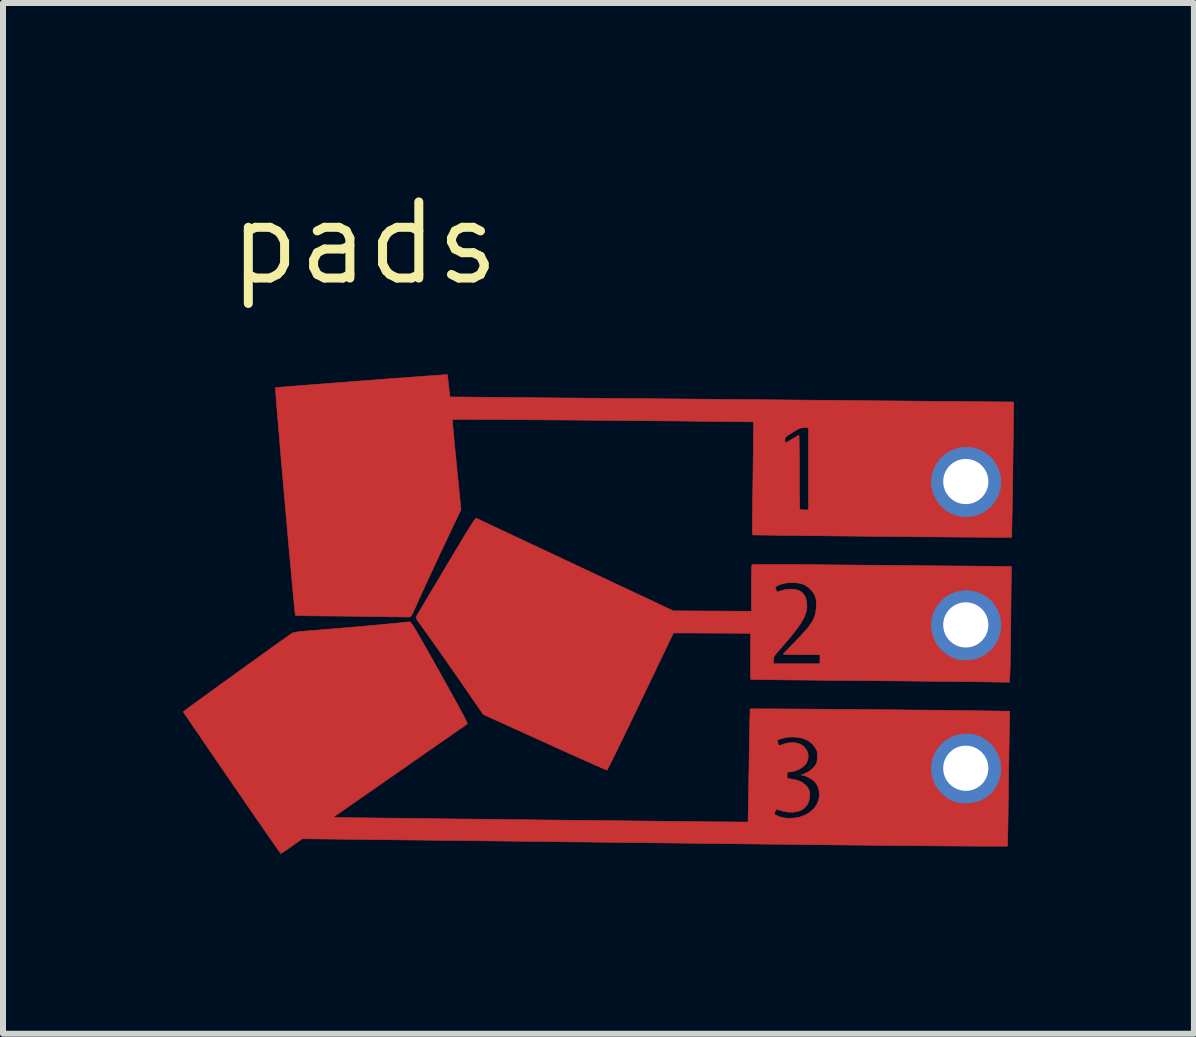
<source format=kicad_pcb>
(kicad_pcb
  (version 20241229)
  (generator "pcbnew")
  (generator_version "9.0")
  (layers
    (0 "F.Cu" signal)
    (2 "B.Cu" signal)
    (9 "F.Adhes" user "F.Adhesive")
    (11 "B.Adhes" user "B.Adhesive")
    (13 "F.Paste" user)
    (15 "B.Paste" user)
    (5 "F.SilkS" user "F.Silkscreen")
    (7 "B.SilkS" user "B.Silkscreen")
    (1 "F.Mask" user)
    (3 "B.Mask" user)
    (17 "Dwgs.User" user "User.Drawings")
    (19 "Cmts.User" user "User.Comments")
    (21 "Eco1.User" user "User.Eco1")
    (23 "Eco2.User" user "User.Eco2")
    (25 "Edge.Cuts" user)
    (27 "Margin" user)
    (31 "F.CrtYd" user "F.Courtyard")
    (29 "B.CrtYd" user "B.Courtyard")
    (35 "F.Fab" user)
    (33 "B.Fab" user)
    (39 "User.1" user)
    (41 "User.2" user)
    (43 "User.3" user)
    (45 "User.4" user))
  (footprint "pads"
    (layer "F.Cu")
    (at 3.025 1.006)
    (property "Reference" "pads" (at 0 0 0) (layer "F.SilkS") (effects (font (size 1.27 1.27) (thickness 0.15))))
    (attr through_hole)
    (fp_poly (pts (xy 1.88 4.591) (xy 1.915 4.607) (xy 1.971 4.634) (xy 2.045 4.669) (xy 2.138 4.712) (xy 2.247 4.764) (xy 2.371 4.822) (xy 2.509 4.887) (xy 2.659 4.957) (xy 2.821 5.033) (xy 2.992 5.114) (xy 3.172 5.198) (xy 3.359 5.286) (xy 3.518 5.361) (xy 5.15 6.128) (xy 5.801 6.131) (xy 6.452 6.135) (xy 6.452 5.757) (xy 6.452 5.661) (xy 6.453 5.573) (xy 6.454 5.496) (xy 6.456 5.434) (xy 6.458 5.389) (xy 6.461 5.366) (xy 6.461 5.364) (xy 6.463 5.362) (xy 6.466 5.361) (xy 6.471 5.359) (xy 6.479 5.358) (xy 6.491 5.357) (xy 6.508 5.356) (xy 6.532 5.356) (xy 6.562 5.355) (xy 6.599 5.355) (xy 6.646 5.354) (xy 6.701 5.354) (xy 6.768 5.354) (xy 6.845 5.354) (xy 6.935 5.355) (xy 7.038 5.355) (xy 7.155 5.356) (xy 7.287 5.357) (xy 7.435 5.358) (xy 7.6 5.359) (xy 7.782 5.361) (xy 7.983 5.363) (xy 8.203 5.365) (xy 8.444 5.367) (xy 8.706 5.369) (xy 8.99 5.372) (xy 9.297 5.375) (xy 9.628 5.378) (xy 9.816 5.379) (xy 10.786 5.388) (xy 10.777 6.234) (xy 10.776 6.382) (xy 10.774 6.526) (xy 10.772 6.662) (xy 10.77 6.789) (xy 10.769 6.903) (xy 10.767 7.003) (xy 10.765 7.086) (xy 10.763 7.15) (xy 10.762 7.191) (xy 10.761 7.199) (xy 10.754 7.318) (xy 10.206 7.31) (xy 10.122 7.309) (xy 10.014 7.308) (xy 9.886 7.306) (xy 9.739 7.305) (xy 9.576 7.303) (xy 9.399 7.301) (xy 9.211 7.299) (xy 9.012 7.297) (xy 8.807 7.295) (xy 8.597 7.293) (xy 8.384 7.291) (xy 8.171 7.289) (xy 8.052 7.288) (xy 7.852 7.287) (xy 7.659 7.285) (xy 7.475 7.283) (xy 7.301 7.281) (xy 7.139 7.28) (xy 6.989 7.278) (xy 6.855 7.277) (xy 6.737 7.275) (xy 6.636 7.274) (xy 6.555 7.273) (xy 6.494 7.272) (xy 6.456 7.271) (xy 6.441 7.271) (xy 6.441 7.271) (xy 6.44 7.257) (xy 6.439 7.222) (xy 6.439 7.167) (xy 6.438 7.097) (xy 6.438 7.013) (xy 6.438 6.95) (xy 6.82 6.95) (xy 6.82 7.01) (xy 7.595 7.01) (xy 7.595 6.858) (xy 7.29 6.858) (xy 7.205 6.858) (xy 7.129 6.857) (xy 7.066 6.855) (xy 7.019 6.854) (xy 6.991 6.851) (xy 6.985 6.85) (xy 6.993 6.839) (xy 7.017 6.812) (xy 7.054 6.773) (xy 7.101 6.724) (xy 7.155 6.667) (xy 7.185 6.637) (xy 7.269 6.55) (xy 7.336 6.477) (xy 7.389 6.416) (xy 7.43 6.362) (xy 7.462 6.314) (xy 7.486 6.268) (xy 7.506 6.221) (xy 7.507 6.217) (xy 7.524 6.15) (xy 7.534 6.075) (xy 7.535 5.998) (xy 7.528 5.929) (xy 7.513 5.876) (xy 7.475 5.812) (xy 7.419 5.752) (xy 7.355 5.704) (xy 7.324 5.688) (xy 7.259 5.668) (xy 7.179 5.658) (xy 7.092 5.658) (xy 7.008 5.667) (xy 6.935 5.687) (xy 6.931 5.688) (xy 6.892 5.705) (xy 6.863 5.72) (xy 6.852 5.728) (xy 6.852 5.746) (xy 6.863 5.78) (xy 6.877 5.813) (xy 6.889 5.811) (xy 6.918 5.802) (xy 6.951 5.791) (xy 7.027 5.772) (xy 7.108 5.766) (xy 7.185 5.772) (xy 7.248 5.79) (xy 7.306 5.83) (xy 7.347 5.888) (xy 7.371 5.963) (xy 7.375 5.993) (xy 7.377 6.053) (xy 7.371 6.112) (xy 7.356 6.172) (xy 7.331 6.236) (xy 7.293 6.305) (xy 7.243 6.382) (xy 7.179 6.469) (xy 7.1 6.567) (xy 7.004 6.68) (xy 6.948 6.744) (xy 6.899 6.8) (xy 6.865 6.841) (xy 6.842 6.871) (xy 6.829 6.894) (xy 6.822 6.915) (xy 6.82 6.936) (xy 6.82 6.95) (xy 6.438 6.95) (xy 6.438 6.92) (xy 6.438 6.884) (xy 6.44 6.502) (xy 5.95 6.499) (xy 5.834 6.499) (xy 5.718 6.498) (xy 5.609 6.498) (xy 5.508 6.497) (xy 5.422 6.497) (xy 5.352 6.496) (xy 5.306 6.496) (xy 5.152 6.496) (xy 4.605 7.638) (xy 4.528 7.798) (xy 4.454 7.951) (xy 4.384 8.096) (xy 4.319 8.231) (xy 4.258 8.356) (xy 4.204 8.467) (xy 4.156 8.564) (xy 4.116 8.645) (xy 4.084 8.709) (xy 4.061 8.754) (xy 4.048 8.779) (xy 4.045 8.783) (xy 4.032 8.778) (xy 3.997 8.764) (xy 3.943 8.74) (xy 3.87 8.709) (xy 3.781 8.669) (xy 3.678 8.623) (xy 3.561 8.571) (xy 3.433 8.513) (xy 3.295 8.451) (xy 3.149 8.385) (xy 3.007 8.32) (xy 1.982 7.855) (xy 1.719 7.474) (xy 1.617 7.325) (xy 1.514 7.177) (xy 1.413 7.033) (xy 1.317 6.894) (xy 1.225 6.764) (xy 1.141 6.645) (xy 1.066 6.539) (xy 1.001 6.449) (xy 0.949 6.377) (xy 0.947 6.374) (xy 0.907 6.319) (xy 0.881 6.281) (xy 0.867 6.255) (xy 0.862 6.237) (xy 0.864 6.224) (xy 0.868 6.217) (xy 0.877 6.202) (xy 0.897 6.167) (xy 0.929 6.114) (xy 0.971 6.044) (xy 1.021 5.96) (xy 1.079 5.862) (xy 1.144 5.753) (xy 1.215 5.635) (xy 1.289 5.51) (xy 1.365 5.382) (xy 1.458 5.226) (xy 1.54 5.09) (xy 1.61 4.973) (xy 1.669 4.875) (xy 1.719 4.793) (xy 1.76 4.727) (xy 1.793 4.675) (xy 1.819 4.636) (xy 1.839 4.609) (xy 1.853 4.592) (xy 1.862 4.584) (xy 1.866 4.584) (xy 1.88 4.591)) (stroke (width 0.01) (type solid)) (fill yes) (layer "F.Cu"))
    (fp_poly (pts (xy 1.384 2.203) (xy 1.389 2.237) (xy 1.395 2.288) (xy 1.402 2.35) (xy 1.405 2.376) (xy 1.412 2.441) (xy 1.418 2.496) (xy 1.423 2.537) (xy 1.426 2.558) (xy 1.426 2.561) (xy 1.439 2.561) (xy 1.476 2.562) (xy 1.536 2.562) (xy 1.617 2.563) (xy 1.719 2.564) (xy 1.84 2.565) (xy 1.98 2.567) (xy 2.136 2.568) (xy 2.307 2.57) (xy 2.493 2.572) (xy 2.691 2.573) (xy 2.902 2.575) (xy 3.123 2.577) (xy 3.353 2.579) (xy 3.592 2.581) (xy 3.835 2.583) (xy 4.104 2.586) (xy 4.379 2.588) (xy 4.658 2.59) (xy 4.939 2.593) (xy 5.22 2.595) (xy 5.499 2.598) (xy 5.773 2.6) (xy 6.039 2.602) (xy 6.297 2.605) (xy 6.542 2.607) (xy 6.774 2.609) (xy 6.989 2.611) (xy 7.186 2.613) (xy 7.362 2.615) (xy 7.515 2.616) (xy 7.518 2.616) (xy 7.726 2.618) (xy 7.947 2.62) (xy 8.177 2.622) (xy 8.413 2.625) (xy 8.651 2.627) (xy 8.885 2.629) (xy 9.113 2.631) (xy 9.33 2.633) (xy 9.532 2.635) (xy 9.715 2.636) (xy 9.81 2.637) (xy 10.824 2.646) (xy 10.816 3.345) (xy 10.814 3.494) (xy 10.812 3.65) (xy 10.81 3.808) (xy 10.808 3.964) (xy 10.805 4.113) (xy 10.803 4.25) (xy 10.801 4.372) (xy 10.799 4.472) (xy 10.799 4.474) (xy 10.791 4.902) (xy 10.51 4.902) (xy 10.433 4.901) (xy 10.337 4.901) (xy 10.223 4.9) (xy 10.094 4.899) (xy 9.95 4.898) (xy 9.794 4.897) (xy 9.627 4.896) (xy 9.45 4.894) (xy 9.266 4.893) (xy 9.076 4.891) (xy 8.881 4.889) (xy 8.683 4.887) (xy 8.485 4.885) (xy 8.286 4.883) (xy 8.09 4.881) (xy 7.898 4.879) (xy 7.711 4.877) (xy 7.531 4.875) (xy 7.359 4.873) (xy 7.198 4.871) (xy 7.049 4.87) (xy 6.913 4.868) (xy 6.792 4.866) (xy 6.688 4.865) (xy 6.602 4.864) (xy 6.536 4.863) (xy 6.492 4.862) (xy 6.471 4.861) (xy 6.469 4.861) (xy 6.469 4.847) (xy 6.468 4.811) (xy 6.468 4.753) (xy 6.469 4.675) (xy 6.469 4.58) (xy 6.471 4.47) (xy 6.472 4.346) (xy 6.474 4.211) (xy 6.476 4.066) (xy 6.478 3.919) (xy 6.48 3.767) (xy 6.482 3.623) (xy 6.484 3.488) (xy 6.485 3.364) (xy 6.486 3.28) (xy 7.01 3.28) (xy 7.012 3.31) (xy 7.017 3.327) (xy 7.018 3.327) (xy 7.032 3.321) (xy 7.062 3.305) (xy 7.103 3.281) (xy 7.131 3.264) (xy 7.177 3.237) (xy 7.214 3.215) (xy 7.238 3.203) (xy 7.244 3.2) (xy 7.245 3.213) (xy 7.247 3.248) (xy 7.248 3.304) (xy 7.249 3.378) (xy 7.25 3.467) (xy 7.251 3.57) (xy 7.252 3.683) (xy 7.252 3.804) (xy 7.252 3.814) (xy 7.252 3.937) (xy 7.252 4.051) (xy 7.253 4.156) (xy 7.254 4.247) (xy 7.255 4.324) (xy 7.257 4.382) (xy 7.258 4.421) (xy 7.26 4.436) (xy 7.26 4.437) (xy 7.277 4.441) (xy 7.31 4.444) (xy 7.336 4.445) (xy 7.404 4.445) (xy 7.404 3.073) (xy 7.335 3.073) (xy 7.303 3.075) (xy 7.275 3.08) (xy 7.245 3.091) (xy 7.206 3.112) (xy 7.154 3.143) (xy 7.138 3.153) (xy 7.084 3.187) (xy 7.048 3.211) (xy 7.026 3.229) (xy 7.015 3.245) (xy 7.011 3.262) (xy 7.01 3.28) (xy 6.486 3.28) (xy 6.486 3.255) (xy 6.487 3.16) (xy 6.488 3.084) (xy 6.488 3.026) (xy 6.488 2.99) (xy 6.487 2.978) (xy 6.474 2.977) (xy 6.437 2.976) (xy 6.378 2.975) (xy 6.297 2.974) (xy 6.197 2.973) (xy 6.08 2.971) (xy 5.945 2.97) (xy 5.796 2.968) (xy 5.633 2.967) (xy 5.457 2.965) (xy 5.272 2.963) (xy 5.077 2.961) (xy 4.874 2.959) (xy 4.665 2.957) (xy 4.452 2.956) (xy 4.235 2.954) (xy 4.017 2.952) (xy 3.798 2.95) (xy 3.581 2.948) (xy 3.366 2.946) (xy 3.155 2.945) (xy 2.95 2.943) (xy 2.752 2.942) (xy 2.563 2.94) (xy 2.384 2.939) (xy 2.216 2.938) (xy 2.062 2.937) (xy 1.922 2.936) (xy 1.798 2.936) (xy 1.691 2.935) (xy 1.603 2.935) (xy 1.536 2.935) (xy 1.491 2.935) (xy 1.469 2.936) (xy 1.467 2.936) (xy 1.467 2.949) (xy 1.469 2.986) (xy 1.474 3.043) (xy 1.481 3.119) (xy 1.489 3.211) (xy 1.499 3.318) (xy 1.51 3.436) (xy 1.523 3.564) (xy 1.535 3.69) (xy 1.61 4.439) (xy 1.445 4.788) (xy 1.371 4.944) (xy 1.297 5.101) (xy 1.224 5.257) (xy 1.153 5.409) (xy 1.085 5.554) (xy 1.023 5.69) (xy 0.966 5.812) (xy 0.917 5.919) (xy 0.877 6.008) (xy 0.858 6.052) (xy 0.827 6.12) (xy 0.804 6.169) (xy 0.786 6.201) (xy 0.772 6.22) (xy 0.759 6.228) (xy 0.748 6.23) (xy 0.729 6.23) (xy 0.688 6.23) (xy 0.626 6.229) (xy 0.548 6.228) (xy 0.456 6.227) (xy 0.352 6.225) (xy 0.24 6.224) (xy 0.178 6.223) (xy 0.043 6.221) (xy -0.101 6.219) (xy -0.248 6.217) (xy -0.393 6.215) (xy -0.529 6.214) (xy -0.652 6.213) (xy -0.749 6.212) (xy -0.846 6.211) (xy -0.935 6.21) (xy -1.013 6.208) (xy -1.077 6.206) (xy -1.122 6.204) (xy -1.147 6.202) (xy -1.151 6.201) (xy -1.153 6.187) (xy -1.157 6.151) (xy -1.163 6.092) (xy -1.171 6.013) (xy -1.18 5.916) (xy -1.191 5.801) (xy -1.203 5.672) (xy -1.216 5.529) (xy -1.23 5.374) (xy -1.245 5.21) (xy -1.261 5.037) (xy -1.277 4.857) (xy -1.293 4.672) (xy -1.31 4.484) (xy -1.326 4.295) (xy -1.343 4.105) (xy -1.359 3.917) (xy -1.375 3.733) (xy -1.391 3.554) (xy -1.405 3.381) (xy -1.419 3.218) (xy -1.432 3.064) (xy -1.444 2.922) (xy -1.455 2.794) (xy -1.464 2.682) (xy -1.471 2.586) (xy -1.477 2.509) (xy -1.481 2.452) (xy -1.483 2.418) (xy -1.483 2.407) (xy -1.47 2.405) (xy -1.433 2.402) (xy -1.375 2.397) (xy -1.298 2.391) (xy -1.203 2.383) (xy -1.092 2.375) (xy -0.968 2.365) (xy -0.833 2.354) (xy -0.687 2.343) (xy -0.534 2.331) (xy -0.375 2.319) (xy -0.212 2.307) (xy -0.047 2.294) (xy 0.117 2.282) (xy 0.28 2.269) (xy 0.439 2.257) (xy 0.592 2.246) (xy 0.737 2.235) (xy 0.872 2.225) (xy 0.995 2.216) (xy 1.105 2.208) (xy 1.199 2.201) (xy 1.276 2.196) (xy 1.333 2.192) (xy 1.369 2.19) (xy 1.381 2.189) (xy 1.384 2.203)) (stroke (width 0.01) (type solid)) (fill yes) (layer "F.Cu"))
    (fp_poly (pts (xy 0.762 6.314) (xy 0.771 6.321) (xy 0.783 6.336) (xy 0.799 6.358) (xy 0.82 6.39) (xy 0.846 6.432) (xy 0.879 6.487) (xy 0.918 6.556) (xy 0.966 6.64) (xy 1.023 6.74) (xy 1.09 6.858) (xy 1.167 6.996) (xy 1.256 7.154) (xy 1.258 7.158) (xy 1.352 7.327) (xy 1.435 7.475) (xy 1.505 7.603) (xy 1.565 7.712) (xy 1.614 7.802) (xy 1.653 7.875) (xy 1.682 7.932) (xy 1.701 7.973) (xy 1.713 7.999) (xy 1.716 8.012) (xy 1.715 8.014) (xy 1.702 8.022) (xy 1.67 8.044) (xy 1.621 8.079) (xy 1.554 8.125) (xy 1.472 8.182) (xy 1.376 8.249) (xy 1.267 8.324) (xy 1.148 8.408) (xy 1.018 8.498) (xy 0.88 8.594) (xy 0.735 8.695) (xy 0.589 8.797) (xy -0.52 9.569) (xy -0.441 9.573) (xy -0.418 9.573) (xy -0.372 9.574) (xy -0.304 9.575) (xy -0.214 9.576) (xy -0.104 9.578) (xy 0.024 9.579) (xy 0.169 9.581) (xy 0.33 9.583) (xy 0.507 9.585) (xy 0.696 9.587) (xy 0.898 9.59) (xy 1.111 9.592) (xy 1.334 9.595) (xy 1.565 9.598) (xy 1.803 9.6) (xy 2.047 9.603) (xy 2.296 9.606) (xy 2.548 9.609) (xy 2.803 9.612) (xy 3.058 9.615) (xy 3.313 9.618) (xy 3.566 9.62) (xy 3.816 9.623) (xy 4.062 9.626) (xy 4.302 9.628) (xy 4.536 9.631) (xy 4.762 9.633) (xy 4.978 9.636) (xy 5.184 9.638) (xy 5.379 9.64) (xy 5.56 9.642) (xy 5.727 9.644) (xy 5.878 9.645) (xy 6.012 9.646) (xy 6.129 9.647) (xy 6.226 9.648) (xy 6.302 9.649) (xy 6.356 9.649) (xy 6.388 9.649) (xy 6.395 9.649) (xy 6.396 9.636) (xy 6.397 9.6) (xy 6.398 9.542) (xy 6.399 9.519) (xy 6.835 9.519) (xy 6.836 9.519) (xy 6.859 9.533) (xy 6.897 9.55) (xy 6.938 9.566) (xy 6.969 9.575) (xy 7.045 9.585) (xy 7.132 9.585) (xy 7.216 9.576) (xy 7.243 9.57) (xy 7.349 9.532) (xy 7.437 9.479) (xy 7.506 9.413) (xy 7.554 9.336) (xy 7.58 9.248) (xy 7.585 9.193) (xy 7.578 9.112) (xy 7.554 9.043) (xy 7.512 8.981) (xy 7.47 8.944) (xy 7.413 8.908) (xy 7.351 8.88) (xy 7.322 8.872) (xy 7.283 8.862) (xy 7.332 8.846) (xy 7.409 8.808) (xy 7.477 8.753) (xy 7.514 8.709) (xy 7.535 8.675) (xy 7.546 8.64) (xy 7.552 8.593) (xy 7.554 8.567) (xy 7.555 8.517) (xy 7.551 8.481) (xy 7.539 8.448) (xy 7.518 8.41) (xy 7.463 8.34) (xy 7.389 8.286) (xy 7.299 8.25) (xy 7.194 8.232) (xy 7.139 8.23) (xy 7.079 8.233) (xy 7.019 8.241) (xy 6.964 8.253) (xy 6.92 8.267) (xy 6.892 8.282) (xy 6.887 8.289) (xy 6.887 8.312) (xy 6.896 8.343) (xy 6.907 8.366) (xy 6.92 8.373) (xy 6.943 8.366) (xy 6.955 8.361) (xy 7.045 8.333) (xy 7.133 8.324) (xy 7.214 8.332) (xy 7.284 8.359) (xy 7.33 8.393) (xy 7.376 8.455) (xy 7.398 8.522) (xy 7.397 8.592) (xy 7.372 8.66) (xy 7.362 8.676) (xy 7.319 8.722) (xy 7.258 8.763) (xy 7.188 8.794) (xy 7.123 8.809) (xy 7.048 8.817) (xy 7.048 8.924) (xy 7.128 8.933) (xy 7.216 8.951) (xy 7.294 8.986) (xy 7.358 9.034) (xy 7.385 9.066) (xy 7.406 9.1) (xy 7.418 9.132) (xy 7.423 9.171) (xy 7.423 9.205) (xy 7.413 9.292) (xy 7.381 9.363) (xy 7.329 9.421) (xy 7.294 9.444) (xy 7.228 9.471) (xy 7.148 9.484) (xy 7.063 9.483) (xy 6.985 9.468) (xy 6.929 9.452) (xy 6.893 9.442) (xy 6.872 9.44) (xy 6.86 9.446) (xy 6.852 9.46) (xy 6.847 9.475) (xy 6.838 9.503) (xy 6.835 9.519) (xy 6.399 9.519) (xy 6.4 9.465) (xy 6.402 9.37) (xy 6.404 9.26) (xy 6.406 9.136) (xy 6.408 9.001) (xy 6.41 8.857) (xy 6.413 8.707) (xy 6.415 8.554) (xy 6.417 8.41) (xy 6.42 8.275) (xy 6.422 8.151) (xy 6.424 8.041) (xy 6.426 7.946) (xy 6.428 7.869) (xy 6.43 7.811) (xy 6.431 7.775) (xy 6.432 7.762) (xy 6.445 7.762) (xy 6.482 7.761) (xy 6.541 7.761) (xy 6.62 7.762) (xy 6.718 7.762) (xy 6.834 7.762) (xy 6.965 7.763) (xy 7.109 7.764) (xy 7.266 7.765) (xy 7.433 7.766) (xy 7.61 7.768) (xy 7.793 7.769) (xy 7.982 7.771) (xy 8.175 7.772) (xy 8.37 7.774) (xy 8.566 7.775) (xy 8.761 7.777) (xy 8.954 7.779) (xy 9.141 7.781) (xy 9.323 7.783) (xy 9.498 7.784) (xy 9.663 7.786) (xy 9.817 7.788) (xy 9.958 7.79) (xy 10.086 7.791) (xy 10.197 7.793) (xy 10.202 7.793) (xy 10.757 7.801) (xy 10.75 8.253) (xy 10.748 8.361) (xy 10.746 8.49) (xy 10.744 8.633) (xy 10.741 8.787) (xy 10.739 8.947) (xy 10.737 9.106) (xy 10.735 9.261) (xy 10.733 9.375) (xy 10.732 9.503) (xy 10.73 9.623) (xy 10.728 9.733) (xy 10.726 9.83) (xy 10.724 9.913) (xy 10.722 9.978) (xy 10.721 10.024) (xy 10.719 10.047) (xy 10.719 10.05) (xy 10.705 10.051) (xy 10.668 10.051) (xy 10.607 10.051) (xy 10.525 10.051) (xy 10.423 10.051) (xy 10.302 10.051) (xy 10.163 10.05) (xy 10.007 10.049) (xy 9.836 10.048) (xy 9.651 10.046) (xy 9.454 10.045) (xy 9.245 10.043) (xy 9.026 10.041) (xy 8.798 10.039) (xy 8.562 10.037) (xy 8.32 10.034) (xy 8.073 10.032) (xy 7.822 10.029) (xy 7.569 10.026) (xy 7.314 10.023) (xy 7.118 10.021) (xy 7.018 10.02) (xy 6.894 10.018) (xy 6.747 10.017) (xy 6.58 10.015) (xy 6.392 10.013) (xy 6.186 10.01) (xy 5.964 10.008) (xy 5.726 10.005) (xy 5.474 10.002) (xy 5.21 9.999) (xy 4.934 9.996) (xy 4.649 9.992) (xy 4.356 9.989) (xy 4.055 9.986) (xy 3.75 9.982) (xy 3.44 9.979) (xy 3.128 9.975) (xy 2.815 9.971) (xy 2.54 9.968) (xy -1.035 9.927) (xy -1.209 10.05) (xy -1.267 10.091) (xy -1.319 10.126) (xy -1.359 10.152) (xy -1.385 10.169) (xy -1.393 10.173) (xy -1.402 10.162) (xy -1.423 10.132) (xy -1.458 10.084) (xy -1.504 10.019) (xy -1.56 9.938) (xy -1.626 9.843) (xy -1.701 9.734) (xy -1.784 9.615) (xy -1.874 9.484) (xy -1.97 9.345) (xy -2.071 9.198) (xy -2.177 9.044) (xy -2.21 8.996) (xy -2.316 8.841) (xy -2.419 8.691) (xy -2.516 8.549) (xy -2.608 8.415) (xy -2.692 8.291) (xy -2.769 8.179) (xy -2.838 8.078) (xy -2.897 7.992) (xy -2.945 7.921) (xy -2.982 7.866) (xy -3.007 7.83) (xy -3.019 7.812) (xy -3.02 7.811) (xy -3.01 7.803) (xy -2.982 7.781) (xy -2.936 7.747) (xy -2.875 7.702) (xy -2.8 7.648) (xy -2.714 7.585) (xy -2.618 7.515) (xy -2.513 7.439) (xy -2.402 7.358) (xy -2.286 7.275) (xy -2.167 7.189) (xy -2.047 7.102) (xy -1.927 7.016) (xy -1.81 6.932) (xy -1.697 6.85) (xy -1.59 6.774) (xy -1.491 6.702) (xy -1.4 6.638) (xy -1.321 6.582) (xy -1.255 6.535) (xy -1.206 6.501) (xy -1.192 6.494) (xy -1.168 6.487) (xy -1.133 6.481) (xy -1.083 6.474) (xy -1.015 6.467) (xy -0.928 6.46) (xy -0.832 6.452) (xy -0.7 6.442) (xy -0.558 6.43) (xy -0.411 6.418) (xy -0.262 6.405) (xy -0.114 6.393) (xy 0.03 6.38) (xy 0.165 6.368) (xy 0.289 6.357) (xy 0.398 6.346) (xy 0.489 6.338) (xy 0.557 6.331) (xy 0.622 6.324) (xy 0.681 6.318) (xy 0.726 6.314) (xy 0.753 6.312) (xy 0.756 6.312) (xy 0.762 6.314)) (stroke (width 0.01) (type solid)) (fill yes) (layer "F.Cu"))
    (fp_poly (pts (xy 1.384 2.203) (xy 1.389 2.237) (xy 1.395 2.288) (xy 1.402 2.35) (xy 1.405 2.376) (xy 1.412 2.441) (xy 1.418 2.496) (xy 1.423 2.537) (xy 1.426 2.558) (xy 1.426 2.561) (xy 1.439 2.561) (xy 1.476 2.562) (xy 1.536 2.562) (xy 1.617 2.563) (xy 1.719 2.564) (xy 1.84 2.565) (xy 1.98 2.567) (xy 2.136 2.568) (xy 2.307 2.57) (xy 2.493 2.572) (xy 2.691 2.573) (xy 2.902 2.575) (xy 3.123 2.577) (xy 3.353 2.579) (xy 3.592 2.581) (xy 3.835 2.583) (xy 4.104 2.586) (xy 4.379 2.588) (xy 4.658 2.59) (xy 4.939 2.593) (xy 5.22 2.595) (xy 5.499 2.598) (xy 5.773 2.6) (xy 6.039 2.602) (xy 6.297 2.605) (xy 6.542 2.607) (xy 6.774 2.609) (xy 6.989 2.611) (xy 7.186 2.613) (xy 7.362 2.615) (xy 7.515 2.616) (xy 7.518 2.616) (xy 7.726 2.618) (xy 7.947 2.62) (xy 8.177 2.622) (xy 8.413 2.625) (xy 8.651 2.627) (xy 8.885 2.629) (xy 9.113 2.631) (xy 9.33 2.633) (xy 9.532 2.635) (xy 9.715 2.636) (xy 9.81 2.637) (xy 10.824 2.646) (xy 10.816 3.345) (xy 10.814 3.494) (xy 10.812 3.65) (xy 10.81 3.808) (xy 10.808 3.964) (xy 10.805 4.113) (xy 10.803 4.25) (xy 10.801 4.372) (xy 10.799 4.472) (xy 10.799 4.474) (xy 10.791 4.902) (xy 10.51 4.902) (xy 10.433 4.901) (xy 10.337 4.901) (xy 10.223 4.9) (xy 10.094 4.899) (xy 9.95 4.898) (xy 9.794 4.897) (xy 9.627 4.896) (xy 9.45 4.894) (xy 9.266 4.893) (xy 9.076 4.891) (xy 8.881 4.889) (xy 8.683 4.887) (xy 8.485 4.885) (xy 8.286 4.883) (xy 8.09 4.881) (xy 7.898 4.879) (xy 7.711 4.877) (xy 7.531 4.875) (xy 7.359 4.873) (xy 7.198 4.871) (xy 7.049 4.87) (xy 6.913 4.868) (xy 6.792 4.866) (xy 6.688 4.865) (xy 6.602 4.864) (xy 6.536 4.863) (xy 6.492 4.862) (xy 6.471 4.861) (xy 6.469 4.861) (xy 6.469 4.847) (xy 6.468 4.811) (xy 6.468 4.753) (xy 6.469 4.675) (xy 6.469 4.58) (xy 6.471 4.47) (xy 6.472 4.346) (xy 6.474 4.211) (xy 6.476 4.066) (xy 6.478 3.919) (xy 6.48 3.767) (xy 6.482 3.623) (xy 6.484 3.488) (xy 6.485 3.364) (xy 6.486 3.255) (xy 6.487 3.16) (xy 6.488 3.084) (xy 6.488 3.026) (xy 6.488 2.99) (xy 6.487 2.978) (xy 6.474 2.977) (xy 6.437 2.976) (xy 6.378 2.975) (xy 6.297 2.974) (xy 6.197 2.973) (xy 6.08 2.971) (xy 5.945 2.97) (xy 5.796 2.968) (xy 5.633 2.967) (xy 5.457 2.965) (xy 5.272 2.963) (xy 5.077 2.961) (xy 4.874 2.959) (xy 4.665 2.957) (xy 4.452 2.956) (xy 4.235 2.954) (xy 4.017 2.952) (xy 3.798 2.95) (xy 3.581 2.948) (xy 3.366 2.946) (xy 3.155 2.945) (xy 2.95 2.943) (xy 2.752 2.942) (xy 2.563 2.94) (xy 2.384 2.939) (xy 2.216 2.938) (xy 2.062 2.937) (xy 1.922 2.936) (xy 1.798 2.936) (xy 1.691 2.935) (xy 1.603 2.935) (xy 1.536 2.935) (xy 1.491 2.935) (xy 1.469 2.936) (xy 1.467 2.936) (xy 1.467 2.949) (xy 1.469 2.985) (xy 1.474 3.04) (xy 1.48 3.113) (xy 1.488 3.2) (xy 1.497 3.299) (xy 1.507 3.407) (xy 1.517 3.521) (xy 1.528 3.639) (xy 1.54 3.758) (xy 1.551 3.874) (xy 1.562 3.987) (xy 1.572 4.091) (xy 1.582 4.186) (xy 1.59 4.269) (xy 1.597 4.335) (xy 1.603 4.384) (xy 1.606 4.412) (xy 1.607 4.416) (xy 1.619 4.435) (xy 1.65 4.46) (xy 1.702 4.493) (xy 1.737 4.513) (xy 1.763 4.527) (xy 1.811 4.55) (xy 1.878 4.583) (xy 1.965 4.625) (xy 2.069 4.675) (xy 2.189 4.732) (xy 2.323 4.796) (xy 2.47 4.866) (xy 2.629 4.942) (xy 2.798 5.022) (xy 2.976 5.106) (xy 3.162 5.193) (xy 3.353 5.284) (xy 3.505 5.355) (xy 5.15 6.128) (xy 5.801 6.131) (xy 6.452 6.135) (xy 6.452 5.757) (xy 6.452 5.661) (xy 6.453 5.573) (xy 6.454 5.496) (xy 6.456 5.434) (xy 6.458 5.389) (xy 6.461 5.366) (xy 6.461 5.364) (xy 6.463 5.362) (xy 6.466 5.361) (xy 6.471 5.359) (xy 6.479 5.358) (xy 6.491 5.357) (xy 6.508 5.356) (xy 6.532 5.356) (xy 6.562 5.355) (xy 6.599 5.355) (xy 6.646 5.354) (xy 6.701 5.354) (xy 6.768 5.354) (xy 6.845 5.354) (xy 6.935 5.355) (xy 7.038 5.355) (xy 7.155 5.356) (xy 7.287 5.357) (xy 7.435 5.358) (xy 7.6 5.359) (xy 7.782 5.361) (xy 7.983 5.363) (xy 8.203 5.365) (xy 8.444 5.367) (xy 8.706 5.369) (xy 8.99 5.372) (xy 9.297 5.375) (xy 9.628 5.378) (xy 9.816 5.379) (xy 10.786 5.388) (xy 10.777 6.234) (xy 10.776 6.382) (xy 10.774 6.526) (xy 10.772 6.662) (xy 10.77 6.789) (xy 10.769 6.903) (xy 10.767 7.003) (xy 10.765 7.086) (xy 10.763 7.15) (xy 10.762 7.191) (xy 10.761 7.199) (xy 10.754 7.318) (xy 10.206 7.31) (xy 10.122 7.309) (xy 10.014 7.308) (xy 9.886 7.306) (xy 9.739 7.305) (xy 9.576 7.303) (xy 9.399 7.301) (xy 9.211 7.299) (xy 9.012 7.297) (xy 8.807 7.295) (xy 8.597 7.293) (xy 8.384 7.291) (xy 8.171 7.289) (xy 8.052 7.288) (xy 7.852 7.287) (xy 7.659 7.285) (xy 7.475 7.283) (xy 7.301 7.281) (xy 7.139 7.28) (xy 6.989 7.278) (xy 6.855 7.277) (xy 6.737 7.275) (xy 6.636 7.274) (xy 6.555 7.273) (xy 6.494 7.272) (xy 6.456 7.271) (xy 6.441 7.271) (xy 6.441 7.271) (xy 6.44 7.257) (xy 6.439 7.222) (xy 6.439 7.167) (xy 6.438 7.097) (xy 6.438 7.013) (xy 6.438 6.92) (xy 6.438 6.884) (xy 6.44 6.502) (xy 5.95 6.499) (xy 5.834 6.499) (xy 5.718 6.498) (xy 5.609 6.498) (xy 5.508 6.497) (xy 5.422 6.497) (xy 5.352 6.496) (xy 5.306 6.496) (xy 5.151 6.496) (xy 4.608 7.632) (xy 4.531 7.791) (xy 4.458 7.945) (xy 4.388 8.09) (xy 4.323 8.225) (xy 4.263 8.349) (xy 4.209 8.461) (xy 4.162 8.558) (xy 4.123 8.64) (xy 4.091 8.704) (xy 4.069 8.749) (xy 4.056 8.774) (xy 4.054 8.778) (xy 4.041 8.775) (xy 4.007 8.761) (xy 3.953 8.739) (xy 3.88 8.708) (xy 3.792 8.67) (xy 3.688 8.624) (xy 3.572 8.573) (xy 3.444 8.516) (xy 3.306 8.454) (xy 3.16 8.389) (xy 3.019 8.325) (xy 2.867 8.256) (xy 2.722 8.191) (xy 2.584 8.129) (xy 2.457 8.071) (xy 2.342 8.019) (xy 2.239 7.974) (xy 2.152 7.935) (xy 2.081 7.903) (xy 2.028 7.88) (xy 1.996 7.866) (xy 1.984 7.861) (xy 1.97 7.866) (xy 1.943 7.879) (xy 1.904 7.902) (xy 1.851 7.934) (xy 1.784 7.977) (xy 1.702 8.031) (xy 1.605 8.096) (xy 1.491 8.173) (xy 1.361 8.262) (xy 1.212 8.364) (xy 1.046 8.479) (xy 0.86 8.608) (xy 0.654 8.751) (xy 0.6 8.789) (xy -0.52 9.569) (xy -0.441 9.573) (xy -0.418 9.573) (xy -0.372 9.574) (xy -0.304 9.575) (xy -0.214 9.576) (xy -0.104 9.578) (xy 0.024 9.579) (xy 0.169 9.581) (xy 0.33 9.583) (xy 0.507 9.585) (xy 0.696 9.587) (xy 0.898 9.59) (xy 1.111 9.592) (xy 1.334 9.595) (xy 1.565 9.598) (xy 1.803 9.6) (xy 2.047 9.603) (xy 2.296 9.606) (xy 2.548 9.609) (xy 2.803 9.612) (xy 3.058 9.615) (xy 3.312 9.618) (xy 3.566 9.62) (xy 3.816 9.623) (xy 4.062 9.626) (xy 4.302 9.628) (xy 4.536 9.631) (xy 4.762 9.633) (xy 4.978 9.636) (xy 5.184 9.638) (xy 5.379 9.64) (xy 5.56 9.642) (xy 5.727 9.644) (xy 5.878 9.645) (xy 6.012 9.646) (xy 6.129 9.647) (xy 6.226 9.648) (xy 6.302 9.649) (xy 6.356 9.649) (xy 6.388 9.649) (xy 6.395 9.649) (xy 6.396 9.636) (xy 6.397 9.6) (xy 6.398 9.542) (xy 6.4 9.465) (xy 6.402 9.37) (xy 6.404 9.26) (xy 6.406 9.136) (xy 6.408 9.001) (xy 6.41 8.857) (xy 6.413 8.707) (xy 6.415 8.554) (xy 6.417 8.41) (xy 6.42 8.275) (xy 6.422 8.151) (xy 6.424 8.041) (xy 6.426 7.946) (xy 6.428 7.869) (xy 6.43 7.811) (xy 6.431 7.775) (xy 6.432 7.762) (xy 6.445 7.762) (xy 6.482 7.761) (xy 6.541 7.761) (xy 6.62 7.762) (xy 6.718 7.762) (xy 6.834 7.762) (xy 6.965 7.763) (xy 7.109 7.764) (xy 7.266 7.765) (xy 7.433 7.766) (xy 7.61 7.768) (xy 7.793 7.769) (xy 7.982 7.771) (xy 8.175 7.772) (xy 8.37 7.774) (xy 8.566 7.775) (xy 8.761 7.777) (xy 8.954 7.779) (xy 9.141 7.781) (xy 9.323 7.783) (xy 9.498 7.784) (xy 9.663 7.786) (xy 9.817 7.788) (xy 9.958 7.79) (xy 10.086 7.791) (xy 10.197 7.793) (xy 10.202 7.793) (xy 10.757 7.801) (xy 10.75 8.253) (xy 10.748 8.361) (xy 10.746 8.49) (xy 10.744 8.633) (xy 10.741 8.787) (xy 10.739 8.947) (xy 10.737 9.106) (xy 10.735 9.261) (xy 10.733 9.375) (xy 10.732 9.503) (xy 10.73 9.623) (xy 10.728 9.733) (xy 10.726 9.83) (xy 10.724 9.913) (xy 10.722 9.978) (xy 10.721 10.024) (xy 10.719 10.047) (xy 10.719 10.05) (xy 10.705 10.051) (xy 10.668 10.051) (xy 10.607 10.051) (xy 10.525 10.051) (xy 10.423 10.051) (xy 10.302 10.051) (xy 10.163 10.05) (xy 10.007 10.049) (xy 9.836 10.048) (xy 9.651 10.046) (xy 9.454 10.045) (xy 9.245 10.043) (xy 9.026 10.041) (xy 8.798 10.039) (xy 8.562 10.037) (xy 8.32 10.034) (xy 8.073 10.032) (xy 7.822 10.029) (xy 7.569 10.026) (xy 7.314 10.023) (xy 7.118 10.021) (xy 7.018 10.02) (xy 6.894 10.018) (xy 6.747 10.017) (xy 6.58 10.015) (xy 6.392 10.013) (xy 6.186 10.01) (xy 5.964 10.008) (xy 5.726 10.005) (xy 5.474 10.002) (xy 5.21 9.999) (xy 4.934 9.996) (xy 4.649 9.992) (xy 4.356 9.989) (xy 4.055 9.986) (xy 3.75 9.982) (xy 3.44 9.979) (xy 3.128 9.975) (xy 2.815 9.971) (xy 2.54 9.968) (xy -1.035 9.927) (xy -1.209 10.05) (xy -1.267 10.091) (xy -1.319 10.126) (xy -1.359 10.152) (xy -1.385 10.169) (xy -1.393 10.173) (xy -1.402 10.162) (xy -1.423 10.132) (xy -1.458 10.084) (xy -1.504 10.019) (xy -1.56 9.938) (xy -1.626 9.843) (xy -1.701 9.734) (xy -1.784 9.615) (xy -1.874 9.484) (xy -1.97 9.345) (xy -2.071 9.198) (xy -2.177 9.044) (xy -2.21 8.996) (xy -2.316 8.841) (xy -2.419 8.691) (xy -2.516 8.549) (xy -2.608 8.415) (xy -2.692 8.291) (xy -2.769 8.179) (xy -2.838 8.078) (xy -2.897 7.992) (xy -2.945 7.921) (xy -2.982 7.866) (xy -3.007 7.83) (xy -3.019 7.812) (xy -3.02 7.811) (xy -3.01 7.802) (xy -2.981 7.78) (xy -2.935 7.745) (xy -2.872 7.699) (xy -2.795 7.642) (xy -2.704 7.576) (xy -2.601 7.501) (xy -2.488 7.419) (xy -2.366 7.331) (xy -2.236 7.238) (xy -2.113 7.149) (xy -1.977 7.052) (xy -1.847 6.959) (xy -1.725 6.87) (xy -1.611 6.788) (xy -1.507 6.714) (xy -1.415 6.647) (xy -1.337 6.59) (xy -1.273 6.544) (xy -1.225 6.509) (xy -1.195 6.487) (xy -1.185 6.479) (xy -1.18 6.471) (xy -1.176 6.458) (xy -1.173 6.438) (xy -1.171 6.41) (xy -1.17 6.374) (xy -1.17 6.328) (xy -1.172 6.271) (xy -1.175 6.202) (xy -1.18 6.12) (xy -1.186 6.024) (xy -1.193 5.913) (xy -1.203 5.785) (xy -1.214 5.64) (xy -1.227 5.477) (xy -1.242 5.293) (xy -1.259 5.09) (xy -1.278 4.864) (xy -1.299 4.616) (xy -1.322 4.343) (xy -1.328 4.275) (xy -1.346 4.06) (xy -1.364 3.852) (xy -1.38 3.652) (xy -1.397 3.462) (xy -1.412 3.283) (xy -1.426 3.117) (xy -1.438 2.965) (xy -1.45 2.828) (xy -1.46 2.708) (xy -1.468 2.606) (xy -1.475 2.523) (xy -1.479 2.462) (xy -1.482 2.423) (xy -1.483 2.407) (xy -1.483 2.407) (xy -1.47 2.406) (xy -1.433 2.402) (xy -1.375 2.397) (xy -1.298 2.391) (xy -1.203 2.383) (xy -1.092 2.375) (xy -0.968 2.365) (xy -0.833 2.354) (xy -0.687 2.343) (xy -0.534 2.331) (xy -0.375 2.319) (xy -0.212 2.307) (xy -0.047 2.294) (xy 0.117 2.282) (xy 0.28 2.269) (xy 0.439 2.257) (xy 0.592 2.246) (xy 0.737 2.235) (xy 0.872 2.225) (xy 0.995 2.216) (xy 1.105 2.208) (xy 1.199 2.201) (xy 1.276 2.196) (xy 1.333 2.192) (xy 1.369 2.19) (xy 1.381 2.189) (xy 1.384 2.203)) (stroke (width 0.01) (type solid)) (fill yes) (layer "F.Mask"))
    (fp_poly (pts (xy 10.184 3.418) (xy 10.286 3.456) (xy 10.382 3.516) (xy 10.44 3.568) (xy 10.516 3.66) (xy 10.57 3.762) (xy 10.602 3.871) (xy 10.612 3.982) (xy 10.601 4.094) (xy 10.568 4.201) (xy 10.513 4.302) (xy 10.445 4.384) (xy 10.352 4.461) (xy 10.248 4.517) (xy 10.136 4.549) (xy 10.02 4.559) (xy 9.902 4.544) (xy 9.882 4.539) (xy 9.775 4.498) (xy 9.679 4.437) (xy 9.597 4.359) (xy 9.532 4.268) (xy 9.484 4.167) (xy 9.457 4.059) (xy 9.453 3.947) (xy 9.459 3.894) (xy 9.489 3.779) (xy 9.538 3.678) (xy 9.604 3.591) (xy 9.683 3.519) (xy 9.773 3.463) (xy 9.871 3.424) (xy 9.974 3.403) (xy 10.079 3.401) (xy 10.184 3.418)) (stroke (width 0.01) (type solid)) (fill yes) (layer "B.Cu"))
    (fp_poly (pts (xy 10.154 5.803) (xy 10.265 5.838) (xy 10.365 5.893) (xy 10.452 5.966) (xy 10.522 6.057) (xy 10.575 6.163) (xy 10.606 6.275) (xy 10.613 6.388) (xy 10.598 6.499) (xy 10.561 6.604) (xy 10.505 6.701) (xy 10.432 6.786) (xy 10.344 6.857) (xy 10.242 6.909) (xy 10.181 6.929) (xy 10.119 6.94) (xy 10.043 6.945) (xy 9.967 6.943) (xy 9.901 6.935) (xy 9.89 6.933) (xy 9.795 6.899) (xy 9.703 6.844) (xy 9.62 6.773) (xy 9.551 6.69) (xy 9.514 6.627) (xy 9.472 6.515) (xy 9.454 6.402) (xy 9.457 6.292) (xy 9.481 6.187) (xy 9.524 6.088) (xy 9.585 6) (xy 9.66 5.924) (xy 9.75 5.862) (xy 9.853 5.819) (xy 9.966 5.795) (xy 10.033 5.791) (xy 10.154 5.803)) (stroke (width 0.01) (type solid)) (fill yes) (layer "B.Cu"))
    (fp_poly (pts (xy 10.159 8.191) (xy 10.162 8.191) (xy 10.272 8.229) (xy 10.37 8.287) (xy 10.454 8.362) (xy 10.522 8.451) (xy 10.573 8.55) (xy 10.604 8.658) (xy 10.613 8.771) (xy 10.6 8.879) (xy 10.571 8.969) (xy 10.529 9.057) (xy 10.477 9.134) (xy 10.454 9.161) (xy 10.37 9.231) (xy 10.271 9.285) (xy 10.162 9.319) (xy 10.048 9.334) (xy 9.933 9.328) (xy 9.846 9.308) (xy 9.75 9.265) (xy 9.661 9.201) (xy 9.582 9.12) (xy 9.518 9.026) (xy 9.485 8.955) (xy 9.466 8.883) (xy 9.457 8.798) (xy 9.457 8.709) (xy 9.467 8.625) (xy 9.477 8.584) (xy 9.521 8.483) (xy 9.586 8.39) (xy 9.668 8.31) (xy 9.763 8.246) (xy 9.827 8.216) (xy 9.903 8.195) (xy 9.992 8.183) (xy 10.081 8.181) (xy 10.159 8.191)) (stroke (width 0.01) (type solid)) (fill yes) (layer "B.Cu"))
    (fp_poly (pts (xy 10.184 3.418) (xy 10.286 3.456) (xy 10.382 3.516) (xy 10.44 3.568) (xy 10.516 3.66) (xy 10.57 3.762) (xy 10.602 3.871) (xy 10.612 3.982) (xy 10.601 4.094) (xy 10.568 4.201) (xy 10.513 4.302) (xy 10.445 4.384) (xy 10.352 4.461) (xy 10.248 4.517) (xy 10.136 4.549) (xy 10.02 4.559) (xy 9.902 4.544) (xy 9.882 4.539) (xy 9.775 4.498) (xy 9.679 4.437) (xy 9.597 4.359) (xy 9.532 4.268) (xy 9.484 4.167) (xy 9.457 4.059) (xy 9.453 3.947) (xy 9.459 3.894) (xy 9.489 3.779) (xy 9.538 3.678) (xy 9.604 3.591) (xy 9.683 3.519) (xy 9.773 3.463) (xy 9.871 3.424) (xy 9.974 3.403) (xy 10.079 3.401) (xy 10.184 3.418)) (stroke (width 0.01) (type solid)) (fill yes) (layer "B.Mask"))
    (fp_poly (pts (xy 10.154 5.803) (xy 10.265 5.838) (xy 10.365 5.893) (xy 10.452 5.966) (xy 10.522 6.057) (xy 10.575 6.163) (xy 10.606 6.275) (xy 10.613 6.388) (xy 10.598 6.499) (xy 10.561 6.604) (xy 10.505 6.701) (xy 10.432 6.786) (xy 10.344 6.857) (xy 10.242 6.909) (xy 10.181 6.929) (xy 10.119 6.94) (xy 10.043 6.945) (xy 9.967 6.943) (xy 9.901 6.935) (xy 9.89 6.933) (xy 9.795 6.899) (xy 9.703 6.844) (xy 9.62 6.773) (xy 9.551 6.69) (xy 9.514 6.627) (xy 9.472 6.515) (xy 9.454 6.402) (xy 9.457 6.292) (xy 9.481 6.187) (xy 9.524 6.088) (xy 9.585 6) (xy 9.66 5.924) (xy 9.75 5.862) (xy 9.853 5.819) (xy 9.966 5.795) (xy 10.033 5.791) (xy 10.154 5.803)) (stroke (width 0.01) (type solid)) (fill yes) (layer "B.Mask"))
    (fp_poly (pts (xy 10.159 8.191) (xy 10.162 8.191) (xy 10.272 8.229) (xy 10.37 8.287) (xy 10.454 8.362) (xy 10.522 8.451) (xy 10.573 8.55) (xy 10.604 8.658) (xy 10.613 8.771) (xy 10.6 8.879) (xy 10.571 8.969) (xy 10.529 9.057) (xy 10.477 9.134) (xy 10.454 9.161) (xy 10.37 9.231) (xy 10.271 9.285) (xy 10.162 9.319) (xy 10.048 9.334) (xy 9.933 9.328) (xy 9.846 9.308) (xy 9.75 9.265) (xy 9.661 9.201) (xy 9.582 9.12) (xy 9.518 9.026) (xy 9.485 8.955) (xy 9.466 8.883) (xy 9.457 8.798) (xy 9.457 8.709) (xy 9.467 8.625) (xy 9.477 8.584) (xy 9.521 8.483) (xy 9.586 8.39) (xy 9.668 8.31) (xy 9.763 8.246) (xy 9.827 8.216) (xy 9.903 8.195) (xy 9.992 8.183) (xy 10.081 8.181) (xy 10.159 8.191)) (stroke (width 0.01) (type solid)) (fill yes) (layer "B.Mask"))
    (pad "" np_thru_hole circle (at 10.026 3.972) (size 0.753 0.753) (drill 0.753) (layers "*.Cu" "*.Mask"))
    (pad "" np_thru_hole circle (at 10.026 6.362) (size 0.753 0.753) (drill 0.753) (layers "*.Cu" "*.Mask"))
    (pad "" np_thru_hole circle (at 10.026 8.752) (size 0.753 0.753) (drill 0.753) (layers "*.Cu" "*.Mask")))
  (gr_rect
    (start -3 -3)
    (end 16.854 14.184)
    (stroke (width 0.1) (type default))
    (fill no)
    (layer "Edge.Cuts")))
</source>
